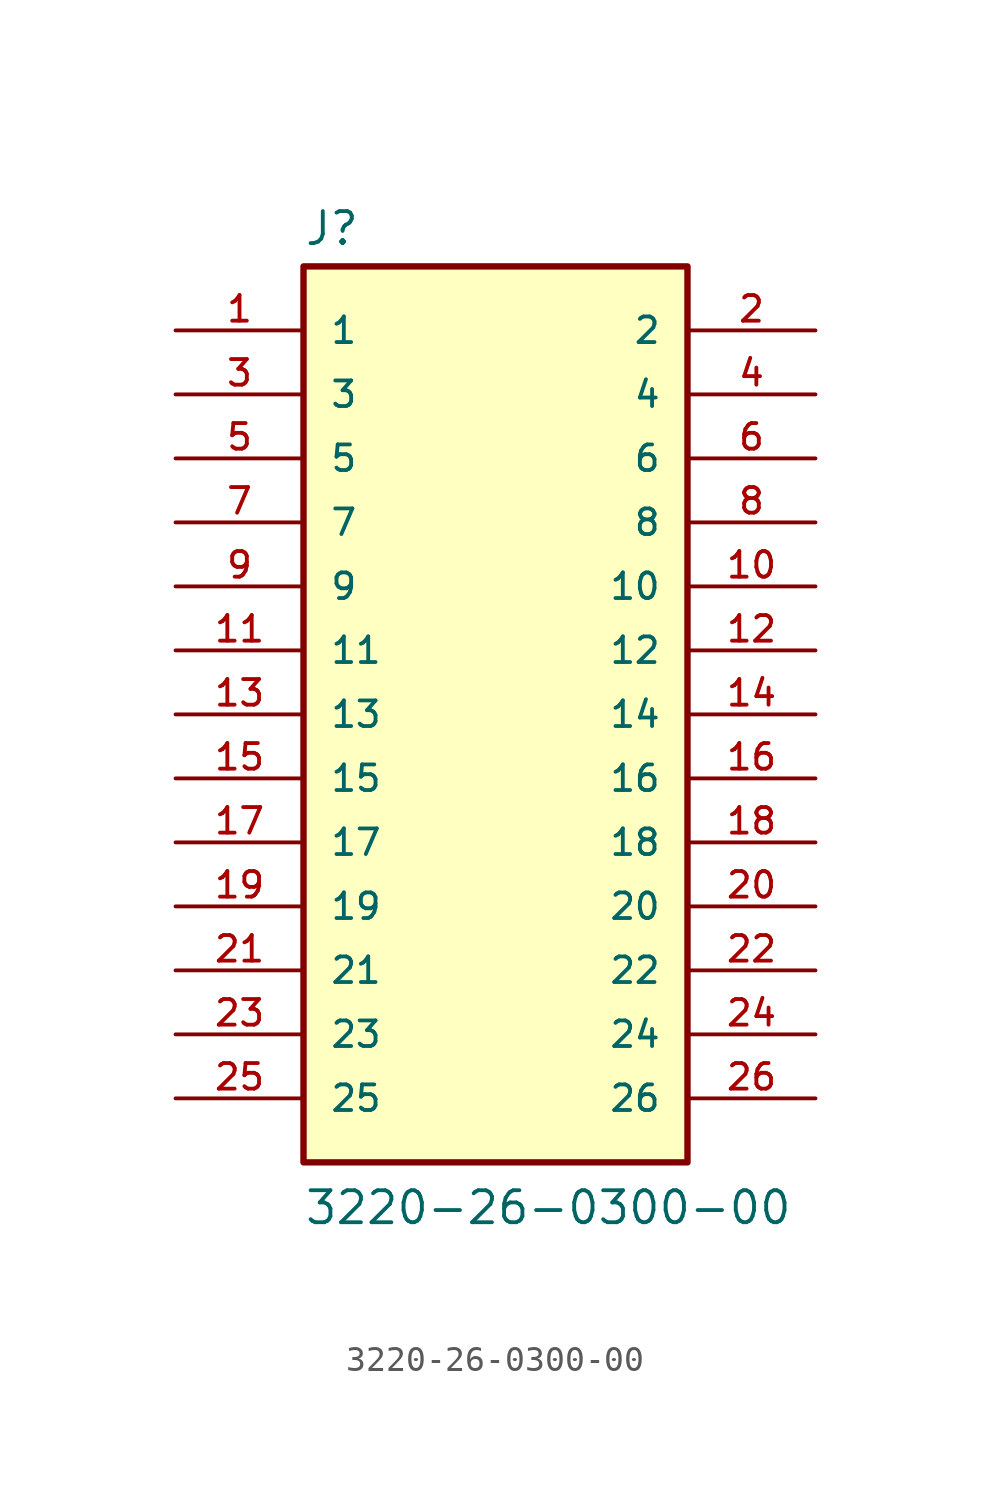
<source format=kicad_sym>
(kicad_symbol_lib
  (version 20231120)
  (generator "kicad_symbol_editor")
  (generator_version "8.0")
  (symbol "3220-26-0300-00"
    (pin_names
      (offset 1.016))
    (property "Reference" "J"
      (at -7.62 18.542 0)
      (effects (font (size 1.27 1.27)) (justify left bottom)))
    (property "Value" "3220-26-0300-00"
      (at -7.62 -20.32 0)
      (effects (font (size 1.27 1.27)) (justify left bottom)))
    (symbol "3220-26-0300-00_0_0"
      (rectangle (start -7.62 -17.78) (end 7.62 17.78) (stroke (width 0.254) (type default)) (fill (type background)))
      (pin passive line (at -12.7 15.24 0) (length 5.08) (name "1" (effects (font (size 1.016 1.016)))) (number "1" (effects (font (size 1.016 1.016)))))
      (pin passive line (at 12.7 5.08 180) (length 5.08) (name "10" (effects (font (size 1.016 1.016)))) (number "10" (effects (font (size 1.016 1.016)))))
      (pin passive line (at -12.7 2.54 0) (length 5.08) (name "11" (effects (font (size 1.016 1.016)))) (number "11" (effects (font (size 1.016 1.016)))))
      (pin passive line (at 12.7 2.54 180) (length 5.08) (name "12" (effects (font (size 1.016 1.016)))) (number "12" (effects (font (size 1.016 1.016)))))
      (pin passive line (at -12.7 0 0) (length 5.08) (name "13" (effects (font (size 1.016 1.016)))) (number "13" (effects (font (size 1.016 1.016)))))
      (pin passive line (at 12.7 0 180) (length 5.08) (name "14" (effects (font (size 1.016 1.016)))) (number "14" (effects (font (size 1.016 1.016)))))
      (pin passive line (at -12.7 -2.54 0) (length 5.08) (name "15" (effects (font (size 1.016 1.016)))) (number "15" (effects (font (size 1.016 1.016)))))
      (pin passive line (at 12.7 -2.54 180) (length 5.08) (name "16" (effects (font (size 1.016 1.016)))) (number "16" (effects (font (size 1.016 1.016)))))
      (pin passive line (at -12.7 -5.08 0) (length 5.08) (name "17" (effects (font (size 1.016 1.016)))) (number "17" (effects (font (size 1.016 1.016)))))
      (pin passive line (at 12.7 -5.08 180) (length 5.08) (name "18" (effects (font (size 1.016 1.016)))) (number "18" (effects (font (size 1.016 1.016)))))
      (pin passive line (at -12.7 -7.62 0) (length 5.08) (name "19" (effects (font (size 1.016 1.016)))) (number "19" (effects (font (size 1.016 1.016)))))
      (pin passive line (at 12.7 15.24 180) (length 5.08) (name "2" (effects (font (size 1.016 1.016)))) (number "2" (effects (font (size 1.016 1.016)))))
      (pin passive line (at 12.7 -7.62 180) (length 5.08) (name "20" (effects (font (size 1.016 1.016)))) (number "20" (effects (font (size 1.016 1.016)))))
      (pin passive line (at -12.7 -10.16 0) (length 5.08) (name "21" (effects (font (size 1.016 1.016)))) (number "21" (effects (font (size 1.016 1.016)))))
      (pin passive line (at 12.7 -10.16 180) (length 5.08) (name "22" (effects (font (size 1.016 1.016)))) (number "22" (effects (font (size 1.016 1.016)))))
      (pin passive line (at -12.7 -12.7 0) (length 5.08) (name "23" (effects (font (size 1.016 1.016)))) (number "23" (effects (font (size 1.016 1.016)))))
      (pin passive line (at 12.7 -12.7 180) (length 5.08) (name "24" (effects (font (size 1.016 1.016)))) (number "24" (effects (font (size 1.016 1.016)))))
      (pin passive line (at -12.7 -15.24 0) (length 5.08) (name "25" (effects (font (size 1.016 1.016)))) (number "25" (effects (font (size 1.016 1.016)))))
      (pin passive line (at 12.7 -15.24 180) (length 5.08) (name "26" (effects (font (size 1.016 1.016)))) (number "26" (effects (font (size 1.016 1.016)))))
      (pin passive line (at -12.7 12.7 0) (length 5.08) (name "3" (effects (font (size 1.016 1.016)))) (number "3" (effects (font (size 1.016 1.016)))))
      (pin passive line (at 12.7 12.7 180) (length 5.08) (name "4" (effects (font (size 1.016 1.016)))) (number "4" (effects (font (size 1.016 1.016)))))
      (pin passive line (at -12.7 10.16 0) (length 5.08) (name "5" (effects (font (size 1.016 1.016)))) (number "5" (effects (font (size 1.016 1.016)))))
      (pin passive line (at 12.7 10.16 180) (length 5.08) (name "6" (effects (font (size 1.016 1.016)))) (number "6" (effects (font (size 1.016 1.016)))))
      (pin passive line (at -12.7 7.62 0) (length 5.08) (name "7" (effects (font (size 1.016 1.016)))) (number "7" (effects (font (size 1.016 1.016)))))
      (pin passive line (at 12.7 7.62 180) (length 5.08) (name "8" (effects (font (size 1.016 1.016)))) (number "8" (effects (font (size 1.016 1.016)))))
      (pin passive line (at -12.7 5.08 0) (length 5.08) (name "9" (effects (font (size 1.016 1.016)))) (number "9" (effects (font (size 1.016 1.016))))))))
</source>
